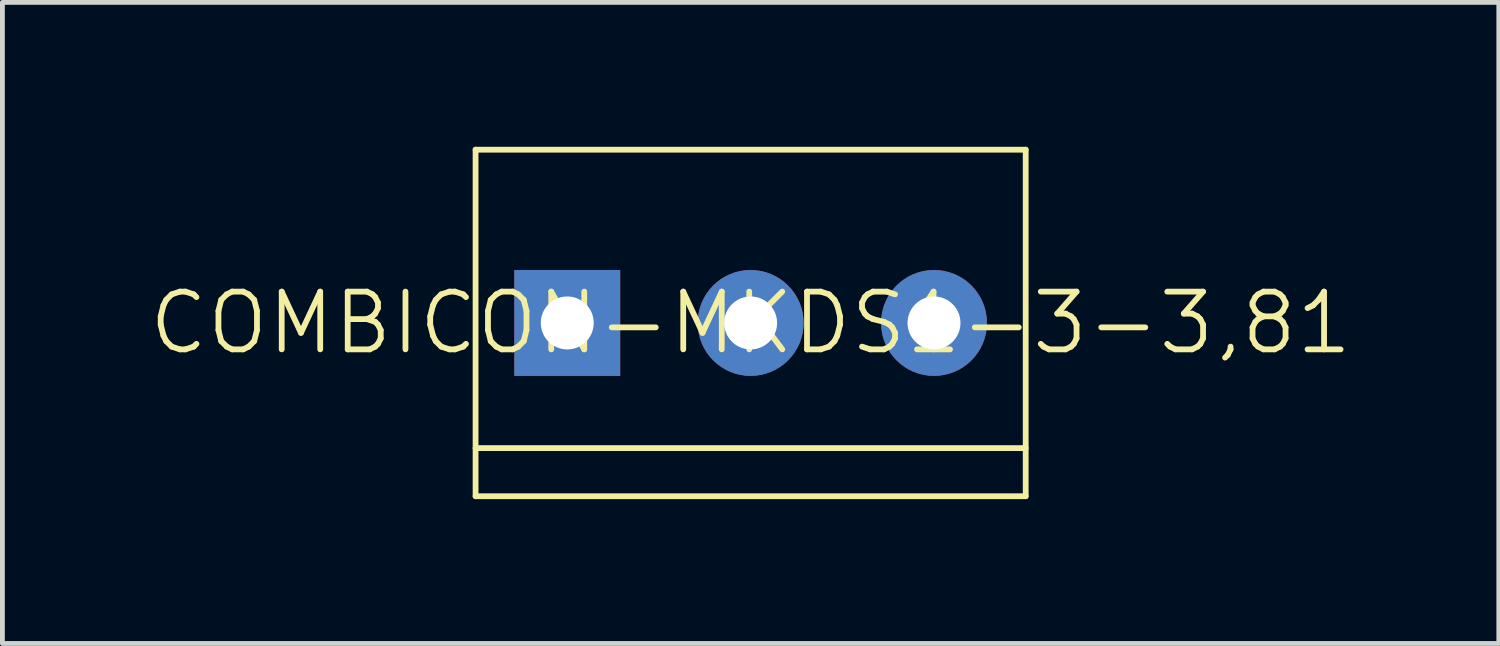
<source format=kicad_pcb>
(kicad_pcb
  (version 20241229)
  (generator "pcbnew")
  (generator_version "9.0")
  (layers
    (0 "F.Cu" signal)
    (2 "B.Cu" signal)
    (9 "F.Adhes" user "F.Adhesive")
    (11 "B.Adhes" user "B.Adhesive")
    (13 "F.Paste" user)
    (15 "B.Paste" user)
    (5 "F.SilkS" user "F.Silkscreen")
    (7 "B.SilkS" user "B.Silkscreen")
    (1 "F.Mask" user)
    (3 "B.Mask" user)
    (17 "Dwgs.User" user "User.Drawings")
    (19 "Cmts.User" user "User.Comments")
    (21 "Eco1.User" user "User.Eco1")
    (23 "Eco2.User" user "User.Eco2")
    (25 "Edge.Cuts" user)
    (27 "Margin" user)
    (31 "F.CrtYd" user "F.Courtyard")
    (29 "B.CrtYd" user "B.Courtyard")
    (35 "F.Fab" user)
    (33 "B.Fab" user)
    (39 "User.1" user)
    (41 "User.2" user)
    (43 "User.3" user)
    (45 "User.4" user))
  (footprint "COMBICON-MKDS1-3-3,81"
    (layer "F.Cu")
    (at 12.546 3.66)
    (property "Reference" "COMBICON-MKDS1-3-3,81" (at 0 0 0) (layer "F.SilkS") (effects (font (size 1.2 1.2) (thickness 0.12))))
    (attr through_hole)
    (fp_line (start -5.715 -3.6) (end -5.715 3.6) (stroke (width 0.12) (type solid)) (layer "F.SilkS"))
    (fp_line (start -5.715 2.6) (end 5.715 2.6) (stroke (width 0.12) (type solid)) (layer "F.SilkS"))
    (fp_line (start -5.715 3.6) (end 5.715 3.6) (stroke (width 0.12) (type solid)) (layer "F.SilkS"))
    (fp_line (start 5.715 -3.6) (end -5.715 -3.6) (stroke (width 0.12) (type solid)) (layer "F.SilkS"))
    (fp_line (start 5.715 3.6) (end 5.715 -3.6) (stroke (width 0.12) (type solid)) (layer "F.SilkS"))
    (pad "1" thru_hole rect (at -3.81 0) (size 2.2 2.2) (drill 1.1) (layers "*.Cu" "*.Mask"))
    (pad "2" thru_hole circle (at 0 0) (size 2.2 2.2) (drill 1.1) (layers "*.Cu" "*.Mask"))
    (pad "3" thru_hole circle (at 3.81 0) (size 2.2 2.2) (drill 1.1) (layers "*.Cu" "*.Mask")))
  (gr_rect
    (start -3 -3)
    (end 28.091 10.32)
    (stroke (width 0.1) (type default))
    (fill no)
    (layer "Edge.Cuts")))
</source>
